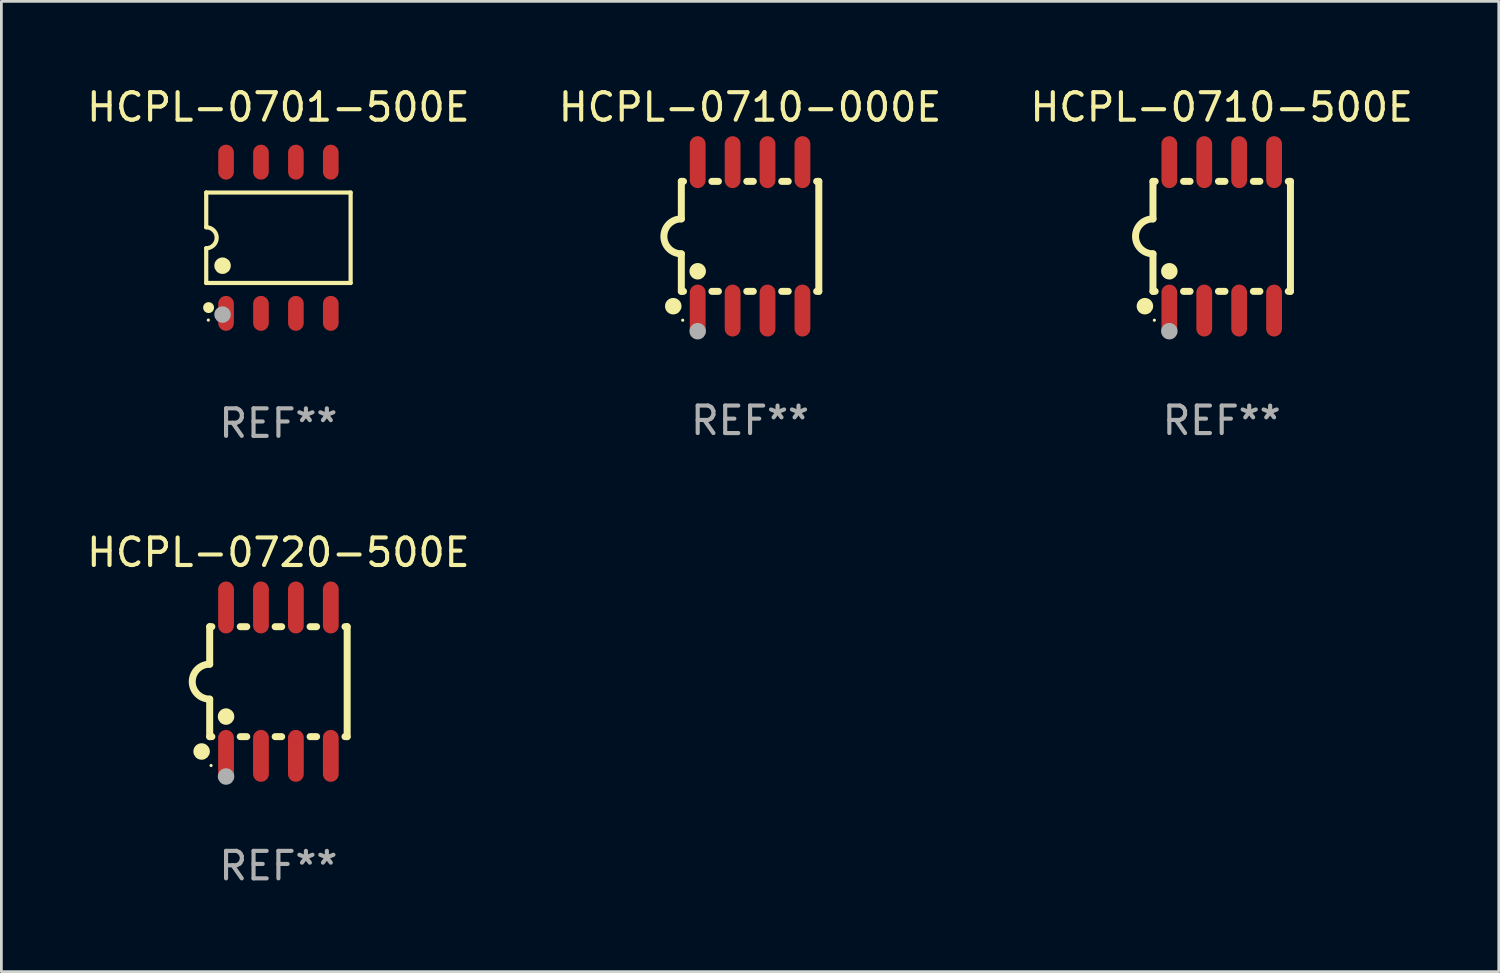
<source format=kicad_pcb>
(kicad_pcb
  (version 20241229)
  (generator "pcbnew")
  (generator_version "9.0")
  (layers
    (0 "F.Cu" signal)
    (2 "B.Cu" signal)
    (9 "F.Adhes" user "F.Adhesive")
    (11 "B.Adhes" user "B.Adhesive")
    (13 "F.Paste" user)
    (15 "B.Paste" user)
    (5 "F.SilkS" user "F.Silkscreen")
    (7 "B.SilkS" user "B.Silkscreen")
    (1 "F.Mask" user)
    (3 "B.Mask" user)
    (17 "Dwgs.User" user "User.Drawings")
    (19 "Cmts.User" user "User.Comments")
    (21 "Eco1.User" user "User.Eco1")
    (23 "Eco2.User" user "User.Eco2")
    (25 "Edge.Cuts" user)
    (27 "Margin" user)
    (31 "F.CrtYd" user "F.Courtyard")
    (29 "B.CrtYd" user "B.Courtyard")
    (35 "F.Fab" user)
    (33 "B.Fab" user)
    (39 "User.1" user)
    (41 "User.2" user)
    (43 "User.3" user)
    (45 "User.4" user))
  (footprint "HCPL-0710-000E"
    (layer "F.Cu")
    (at 24.232 5.547)
    (property "Reference" "HCPL-0710-000E" (at 0 -4.699 0) (layer "F.SilkS") (effects (font (size 1 1) (thickness 0.15))))
    (attr through_hole)
    (fp_line (start -2.5 -2) (end -2.5 -0.635) (stroke (width 0.254) (type solid)) (layer "F.SilkS"))
    (fp_line (start -2.5 -2) (end -2.421 -2) (stroke (width 0.254) (type solid)) (layer "F.SilkS"))
    (fp_line (start -2.5 2) (end -2.5 0.635) (stroke (width 0.254) (type solid)) (layer "F.SilkS"))
    (fp_line (start -2.5 2) (end -2.421 2) (stroke (width 0.254) (type solid)) (layer "F.SilkS"))
    (fp_line (start -1.389 -2) (end -1.151 -2) (stroke (width 0.254) (type solid)) (layer "F.SilkS"))
    (fp_line (start -1.389 2) (end -1.151 2) (stroke (width 0.254) (type solid)) (layer "F.SilkS"))
    (fp_line (start -0.119 -2) (end 0.119 -2) (stroke (width 0.254) (type solid)) (layer "F.SilkS"))
    (fp_line (start -0.119 2) (end 0.119 2) (stroke (width 0.254) (type solid)) (layer "F.SilkS"))
    (fp_line (start 1.151 -2) (end 1.389 -2) (stroke (width 0.254) (type solid)) (layer "F.SilkS"))
    (fp_line (start 1.151 2) (end 1.389 2) (stroke (width 0.254) (type solid)) (layer "F.SilkS"))
    (fp_line (start 2.421 -2) (end 2.5 -2) (stroke (width 0.254) (type solid)) (layer "F.SilkS"))
    (fp_line (start 2.421 2) (end 2.5 2) (stroke (width 0.254) (type solid)) (layer "F.SilkS"))
    (fp_line (start 2.5 -2) (end 2.5 2) (stroke (width 0.254) (type solid)) (layer "F.SilkS"))
    (fp_arc (start -2.5 0.635001) (mid -3.134366 -0.000318) (end -2.499365 -0.635001) (stroke (width 0.254001) (type solid)) (layer "F.SilkS"))
    (fp_circle (center -2.794 2.54) (end -2.644 2.54) (stroke (width 0.3) (type solid)) (fill no) (layer "F.SilkS"))
    (fp_circle (center -2.45 3.05) (end -2.42 3.05) (stroke (width 0.06) (type solid)) (fill no) (layer "F.SilkS"))
    (fp_circle (center -1.905 1.27) (end -1.755 1.27) (stroke (width 0.3) (type solid)) (fill no) (layer "F.SilkS"))
    (fp_circle (center -1.905 3.45) (end -1.755 3.45) (stroke (width 0.3) (type solid)) (fill no) (layer "F.Fab"))
    (fp_text user "REF**" (at 0 6.699 0) (layer "F.Fab") (effects (font (size 1 1) (thickness 0.15))))
    (pad "1" smd oval (at -1.905 2.699) (size 0.574 1.888) (layers "F.Cu" "F.Mask" "F.Paste"))
    (pad "2" smd oval (at -0.635 2.699) (size 0.574 1.888) (layers "F.Cu" "F.Mask" "F.Paste"))
    (pad "3" smd oval (at 0.635 2.699) (size 0.574 1.888) (layers "F.Cu" "F.Mask" "F.Paste"))
    (pad "4" smd oval (at 1.905 2.699) (size 0.574 1.888) (layers "F.Cu" "F.Mask" "F.Paste"))
    (pad "5" smd oval (at 1.905 -2.699) (size 0.574 1.888) (layers "F.Cu" "F.Mask" "F.Paste"))
    (pad "6" smd oval (at 0.635 -2.699) (size 0.574 1.888) (layers "F.Cu" "F.Mask" "F.Paste"))
    (pad "7" smd oval (at -0.635 -2.699) (size 0.574 1.888) (layers "F.Cu" "F.Mask" "F.Paste"))
    (pad "8" smd oval (at -1.905 -2.699) (size 0.574 1.888) (layers "F.Cu" "F.Mask" "F.Paste")))
  (footprint "HCPL-0710-500E"
    (layer "F.Cu")
    (at 41.387 5.547)
    (property "Reference" "HCPL-0710-500E" (at 0 -4.699 0) (layer "F.SilkS") (effects (font (size 1 1) (thickness 0.15))))
    (attr through_hole)
    (fp_line (start -2.5 -2) (end -2.5 -0.635) (stroke (width 0.254) (type solid)) (layer "F.SilkS"))
    (fp_line (start -2.5 -2) (end -2.421 -2) (stroke (width 0.254) (type solid)) (layer "F.SilkS"))
    (fp_line (start -2.5 2) (end -2.5 0.635) (stroke (width 0.254) (type solid)) (layer "F.SilkS"))
    (fp_line (start -2.5 2) (end -2.421 2) (stroke (width 0.254) (type solid)) (layer "F.SilkS"))
    (fp_line (start -1.389 -2) (end -1.151 -2) (stroke (width 0.254) (type solid)) (layer "F.SilkS"))
    (fp_line (start -1.389 2) (end -1.151 2) (stroke (width 0.254) (type solid)) (layer "F.SilkS"))
    (fp_line (start -0.119 -2) (end 0.119 -2) (stroke (width 0.254) (type solid)) (layer "F.SilkS"))
    (fp_line (start -0.119 2) (end 0.119 2) (stroke (width 0.254) (type solid)) (layer "F.SilkS"))
    (fp_line (start 1.151 -2) (end 1.389 -2) (stroke (width 0.254) (type solid)) (layer "F.SilkS"))
    (fp_line (start 1.151 2) (end 1.389 2) (stroke (width 0.254) (type solid)) (layer "F.SilkS"))
    (fp_line (start 2.421 -2) (end 2.5 -2) (stroke (width 0.254) (type solid)) (layer "F.SilkS"))
    (fp_line (start 2.421 2) (end 2.5 2) (stroke (width 0.254) (type solid)) (layer "F.SilkS"))
    (fp_line (start 2.5 -2) (end 2.5 2) (stroke (width 0.254) (type solid)) (layer "F.SilkS"))
    (fp_arc (start -2.5 0.635001) (mid -3.134366 -0.000318) (end -2.499365 -0.635001) (stroke (width 0.254001) (type solid)) (layer "F.SilkS"))
    (fp_circle (center -2.794 2.54) (end -2.644 2.54) (stroke (width 0.3) (type solid)) (fill no) (layer "F.SilkS"))
    (fp_circle (center -2.45 3.05) (end -2.42 3.05) (stroke (width 0.06) (type solid)) (fill no) (layer "F.SilkS"))
    (fp_circle (center -1.905 1.27) (end -1.755 1.27) (stroke (width 0.3) (type solid)) (fill no) (layer "F.SilkS"))
    (fp_circle (center -1.905 3.45) (end -1.755 3.45) (stroke (width 0.3) (type solid)) (fill no) (layer "F.Fab"))
    (fp_text user "REF**" (at 0 6.699 0) (layer "F.Fab") (effects (font (size 1 1) (thickness 0.15))))
    (pad "1" smd oval (at -1.905 2.699) (size 0.574 1.888) (layers "F.Cu" "F.Mask" "F.Paste"))
    (pad "2" smd oval (at -0.635 2.699) (size 0.574 1.888) (layers "F.Cu" "F.Mask" "F.Paste"))
    (pad "3" smd oval (at 0.635 2.699) (size 0.574 1.888) (layers "F.Cu" "F.Mask" "F.Paste"))
    (pad "4" smd oval (at 1.905 2.699) (size 0.574 1.888) (layers "F.Cu" "F.Mask" "F.Paste"))
    (pad "5" smd oval (at 1.905 -2.699) (size 0.574 1.888) (layers "F.Cu" "F.Mask" "F.Paste"))
    (pad "6" smd oval (at 0.635 -2.699) (size 0.574 1.888) (layers "F.Cu" "F.Mask" "F.Paste"))
    (pad "7" smd oval (at -0.635 -2.699) (size 0.574 1.888) (layers "F.Cu" "F.Mask" "F.Paste"))
    (pad "8" smd oval (at -1.905 -2.699) (size 0.574 1.888) (layers "F.Cu" "F.Mask" "F.Paste")))
  (footprint "HCPL-0720-500E"
    (layer "F.Cu")
    (at 7.077 21.744)
    (property "Reference" "HCPL-0720-500E" (at 0 -4.699 0) (layer "F.SilkS") (effects (font (size 1 1) (thickness 0.15))))
    (attr through_hole)
    (fp_line (start -2.5 -2) (end -2.5 -0.635) (stroke (width 0.254) (type solid)) (layer "F.SilkS"))
    (fp_line (start -2.5 -2) (end -2.421 -2) (stroke (width 0.254) (type solid)) (layer "F.SilkS"))
    (fp_line (start -2.5 2) (end -2.5 0.635) (stroke (width 0.254) (type solid)) (layer "F.SilkS"))
    (fp_line (start -2.5 2) (end -2.421 2) (stroke (width 0.254) (type solid)) (layer "F.SilkS"))
    (fp_line (start -1.389 -2) (end -1.151 -2) (stroke (width 0.254) (type solid)) (layer "F.SilkS"))
    (fp_line (start -1.389 2) (end -1.151 2) (stroke (width 0.254) (type solid)) (layer "F.SilkS"))
    (fp_line (start -0.119 -2) (end 0.119 -2) (stroke (width 0.254) (type solid)) (layer "F.SilkS"))
    (fp_line (start -0.119 2) (end 0.119 2) (stroke (width 0.254) (type solid)) (layer "F.SilkS"))
    (fp_line (start 1.151 -2) (end 1.389 -2) (stroke (width 0.254) (type solid)) (layer "F.SilkS"))
    (fp_line (start 1.151 2) (end 1.389 2) (stroke (width 0.254) (type solid)) (layer "F.SilkS"))
    (fp_line (start 2.421 -2) (end 2.5 -2) (stroke (width 0.254) (type solid)) (layer "F.SilkS"))
    (fp_line (start 2.421 2) (end 2.5 2) (stroke (width 0.254) (type solid)) (layer "F.SilkS"))
    (fp_line (start 2.5 -2) (end 2.5 2) (stroke (width 0.254) (type solid)) (layer "F.SilkS"))
    (fp_arc (start -2.5 0.635001) (mid -3.134366 -0.000318) (end -2.499365 -0.635001) (stroke (width 0.254001) (type solid)) (layer "F.SilkS"))
    (fp_circle (center -2.794 2.54) (end -2.644 2.54) (stroke (width 0.3) (type solid)) (fill no) (layer "F.SilkS"))
    (fp_circle (center -2.45 3.05) (end -2.42 3.05) (stroke (width 0.06) (type solid)) (fill no) (layer "F.SilkS"))
    (fp_circle (center -1.905 1.27) (end -1.755 1.27) (stroke (width 0.3) (type solid)) (fill no) (layer "F.SilkS"))
    (fp_circle (center -1.905 3.45) (end -1.755 3.45) (stroke (width 0.3) (type solid)) (fill no) (layer "F.Fab"))
    (fp_text user "REF**" (at 0 6.699 0) (layer "F.Fab") (effects (font (size 1 1) (thickness 0.15))))
    (pad "1" smd oval (at -1.905 2.699) (size 0.574 1.888) (layers "F.Cu" "F.Mask" "F.Paste"))
    (pad "2" smd oval (at -0.635 2.699) (size 0.574 1.888) (layers "F.Cu" "F.Mask" "F.Paste"))
    (pad "3" smd oval (at 0.635 2.699) (size 0.574 1.888) (layers "F.Cu" "F.Mask" "F.Paste"))
    (pad "4" smd oval (at 1.905 2.699) (size 0.574 1.888) (layers "F.Cu" "F.Mask" "F.Paste"))
    (pad "5" smd oval (at 1.905 -2.699) (size 0.574 1.888) (layers "F.Cu" "F.Mask" "F.Paste"))
    (pad "6" smd oval (at 0.635 -2.699) (size 0.574 1.888) (layers "F.Cu" "F.Mask" "F.Paste"))
    (pad "7" smd oval (at -0.635 -2.699) (size 0.574 1.888) (layers "F.Cu" "F.Mask" "F.Paste"))
    (pad "8" smd oval (at -1.905 -2.699) (size 0.574 1.888) (layers "F.Cu" "F.Mask" "F.Paste")))
  (footprint "HCPL-0701-500E"
    (layer "F.Cu")
    (at 7.077 5.598)
    (property "Reference" "HCPL-0701-500E" (at 0 -4.75 0) (layer "F.SilkS") (effects (font (size 1 1) (thickness 0.15))))
    (attr through_hole)
    (fp_line (start -2.626 -1.645) (end 2.626 -1.645) (stroke (width 0.152) (type solid)) (layer "F.SilkS"))
    (fp_line (start -2.626 -0.381) (end -2.626 -1.645) (stroke (width 0.152) (type solid)) (layer "F.SilkS"))
    (fp_line (start -2.626 0.381) (end -2.626 1.645) (stroke (width 0.152) (type solid)) (layer "F.SilkS"))
    (fp_line (start 2.626 -1.645) (end 2.626 1.645) (stroke (width 0.152) (type solid)) (layer "F.SilkS"))
    (fp_line (start 2.626 1.645) (end -2.626 1.645) (stroke (width 0.152) (type solid)) (layer "F.SilkS"))
    (fp_arc (start -2.626213 -0.381001) (mid -2.245212 0) (end -2.626213 0.381001) (stroke (width 0.151994) (type solid)) (layer "F.SilkS"))
    (fp_circle (center -2.55 2.995) (end -2.52 2.995) (stroke (width 0.06) (type solid)) (fill no) (layer "F.SilkS"))
    (fp_circle (center -2.54 2.54) (end -2.44 2.54) (stroke (width 0.2) (type solid)) (fill no) (layer "F.SilkS"))
    (fp_circle (center -2.032 1.016) (end -1.882 1.016) (stroke (width 0.3) (type solid)) (fill no) (layer "F.SilkS"))
    (fp_circle (center -2.032 2.794) (end -1.882 2.794) (stroke (width 0.3) (type solid)) (fill no) (layer "F.Fab"))
    (fp_text user "REF**" (at 0 6.75 0) (layer "F.Fab") (effects (font (size 1 1) (thickness 0.15))))
    (pad "1" smd oval (at -1.905 2.75) (size 0.568 1.27) (layers "F.Cu" "F.Mask" "F.Paste"))
    (pad "2" smd oval (at -0.635 2.75) (size 0.568 1.27) (layers "F.Cu" "F.Mask" "F.Paste"))
    (pad "3" smd oval (at 0.635 2.75) (size 0.568 1.27) (layers "F.Cu" "F.Mask" "F.Paste"))
    (pad "4" smd oval (at 1.905 2.75) (size 0.568 1.27) (layers "F.Cu" "F.Mask" "F.Paste"))
    (pad "5" smd oval (at 1.905 -2.75) (size 0.568 1.27) (layers "F.Cu" "F.Mask" "F.Paste"))
    (pad "6" smd oval (at 0.635 -2.75) (size 0.568 1.27) (layers "F.Cu" "F.Mask" "F.Paste"))
    (pad "7" smd oval (at -0.635 -2.75) (size 0.568 1.27) (layers "F.Cu" "F.Mask" "F.Paste"))
    (pad "8" smd oval (at -1.905 -2.75) (size 0.568 1.27) (layers "F.Cu" "F.Mask" "F.Paste")))
  (gr_rect
    (start -3 -3)
    (end 51.464 32.291)
    (stroke (width 0.1) (type default))
    (fill no)
    (layer "Edge.Cuts")))
</source>
